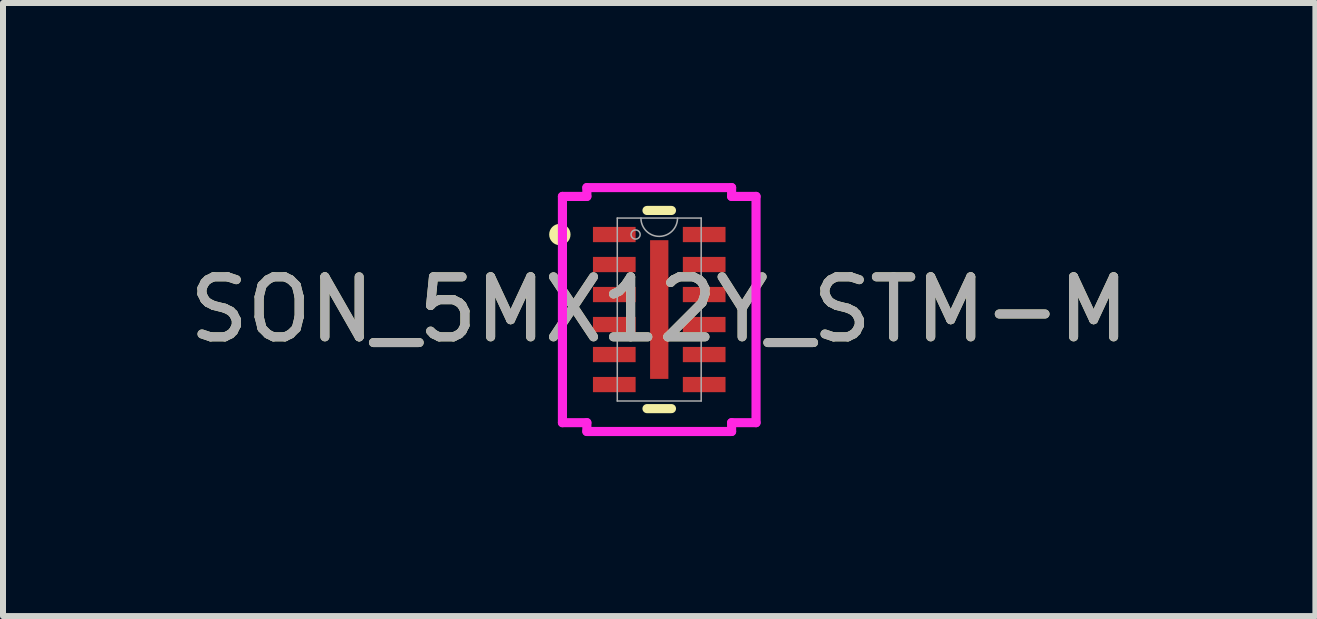
<source format=kicad_pcb>
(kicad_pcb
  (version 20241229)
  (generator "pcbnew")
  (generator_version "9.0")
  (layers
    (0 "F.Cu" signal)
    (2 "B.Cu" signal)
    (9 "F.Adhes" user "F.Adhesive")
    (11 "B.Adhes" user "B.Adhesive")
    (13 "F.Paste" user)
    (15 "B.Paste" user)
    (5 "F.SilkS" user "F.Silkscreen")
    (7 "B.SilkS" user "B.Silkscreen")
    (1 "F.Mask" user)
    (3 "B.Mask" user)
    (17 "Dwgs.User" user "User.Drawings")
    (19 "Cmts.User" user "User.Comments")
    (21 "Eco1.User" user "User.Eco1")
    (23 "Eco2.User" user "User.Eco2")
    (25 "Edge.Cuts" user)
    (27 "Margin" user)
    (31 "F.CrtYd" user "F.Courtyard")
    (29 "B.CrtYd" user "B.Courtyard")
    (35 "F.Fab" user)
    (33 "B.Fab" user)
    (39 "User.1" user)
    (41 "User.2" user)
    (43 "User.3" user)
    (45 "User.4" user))
  (footprint "SON_5MX12Y_STM-M"
    (layer "F.Cu")
    (at 7.935 2.108)
    (property "Reference" "SON_5MX12Y_STM-M" (at 0 0 0) (unlocked yes) (layer "F.SilkS") (effects (font (size 1 1) (thickness 0.15))))
    (attr smd)
    (fp_line (start -0.204 1.651) (end 0.204 1.651) (stroke (width 0.152) (type solid)) (layer "F.SilkS"))
    (fp_line (start 0.204 -1.651) (end -0.204 -1.651) (stroke (width 0.152) (type solid)) (layer "F.SilkS"))
    (fp_circle (center -1.656 -1.25) (end -1.554 -1.25) (stroke (width 0.152) (type solid)) (fill no) (layer "F.SilkS"))
    (fp_line (start -1.613 -1.885) (end -1.206 -1.885) (stroke (width 0.152) (type solid)) (layer "F.CrtYd"))
    (fp_line (start -1.613 1.885) (end -1.613 -1.885) (stroke (width 0.152) (type solid)) (layer "F.CrtYd"))
    (fp_line (start -1.613 1.885) (end -1.206 1.885) (stroke (width 0.152) (type solid)) (layer "F.CrtYd"))
    (fp_line (start -1.206 -2.032) (end 1.206 -2.032) (stroke (width 0.152) (type solid)) (layer "F.CrtYd"))
    (fp_line (start -1.206 -1.885) (end -1.206 -2.032) (stroke (width 0.152) (type solid)) (layer "F.CrtYd"))
    (fp_line (start -1.206 2.032) (end -1.206 1.885) (stroke (width 0.152) (type solid)) (layer "F.CrtYd"))
    (fp_line (start 1.206 -2.032) (end 1.206 -1.885) (stroke (width 0.152) (type solid)) (layer "F.CrtYd"))
    (fp_line (start 1.206 1.885) (end 1.206 2.032) (stroke (width 0.152) (type solid)) (layer "F.CrtYd"))
    (fp_line (start 1.206 2.032) (end -1.206 2.032) (stroke (width 0.152) (type solid)) (layer "F.CrtYd"))
    (fp_line (start 1.613 -1.885) (end 1.206 -1.885) (stroke (width 0.152) (type solid)) (layer "F.CrtYd"))
    (fp_line (start 1.613 -1.885) (end 1.613 1.885) (stroke (width 0.152) (type solid)) (layer "F.CrtYd"))
    (fp_line (start 1.613 1.885) (end 1.206 1.885) (stroke (width 0.152) (type solid)) (layer "F.CrtYd"))
    (fp_line (start -0.699 -1.524) (end -0.699 1.524) (stroke (width 0.025) (type solid)) (layer "F.Fab"))
    (fp_line (start -0.699 1.524) (end 0.699 1.524) (stroke (width 0.025) (type solid)) (layer "F.Fab"))
    (fp_line (start 0.699 -1.524) (end -0.699 -1.524) (stroke (width 0.025) (type solid)) (layer "F.Fab"))
    (fp_line (start 0.699 1.524) (end 0.699 -1.524) (stroke (width 0.025) (type solid)) (layer "F.Fab"))
    (fp_arc (start 0.3048 -1.524) (mid 0 -1.2192) (end -0.3048 -1.524) (stroke (width 0.0254) (type solid)) (layer "F.Fab"))
    (fp_circle (center -0.394 -1.25) (end -0.318 -1.25) (stroke (width 0.025) (type solid)) (fill no) (layer "F.Fab"))
    (fp_text user "${REFERENCE}" (at 0 0 0) (unlocked yes) (layer "F.Fab") (effects (font (size 1 1) (thickness 0.15))))
    (pad "1" smd rect (at -0.749 -1.25) (size 0.711 0.254) (layers "F.Cu" "F.Mask" "F.Paste"))
    (pad "2" smd rect (at -0.749 -0.75) (size 0.711 0.254) (layers "F.Cu" "F.Mask" "F.Paste"))
    (pad "3" smd rect (at -0.749 -0.25) (size 0.711 0.254) (layers "F.Cu" "F.Mask" "F.Paste"))
    (pad "4" smd rect (at -0.749 0.25) (size 0.711 0.254) (layers "F.Cu" "F.Mask" "F.Paste"))
    (pad "5" smd rect (at -0.749 0.75) (size 0.711 0.254) (layers "F.Cu" "F.Mask" "F.Paste"))
    (pad "6" smd rect (at -0.749 1.25) (size 0.711 0.254) (layers "F.Cu" "F.Mask" "F.Paste"))
    (pad "7" smd rect (at 0.749 1.25) (size 0.711 0.254) (layers "F.Cu" "F.Mask" "F.Paste"))
    (pad "8" smd rect (at 0.749 0.75) (size 0.711 0.254) (layers "F.Cu" "F.Mask" "F.Paste"))
    (pad "9" smd rect (at 0.749 0.25) (size 0.711 0.254) (layers "F.Cu" "F.Mask" "F.Paste"))
    (pad "10" smd rect (at 0.749 -0.25) (size 0.711 0.254) (layers "F.Cu" "F.Mask" "F.Paste"))
    (pad "11" smd rect (at 0.749 -0.75) (size 0.711 0.254) (layers "F.Cu" "F.Mask" "F.Paste"))
    (pad "12" smd rect (at 0.749 -1.25) (size 0.711 0.254) (layers "F.Cu" "F.Mask" "F.Paste"))
    (pad "13" smd rect (at 0 0) (size 0.305 2.311) (layers "F.Cu" "F.Mask" "F.Paste")))
  (gr_rect
    (start -3 -3)
    (end 18.869 7.216)
    (stroke (width 0.1) (type default))
    (fill no)
    (layer "Edge.Cuts")))
</source>
